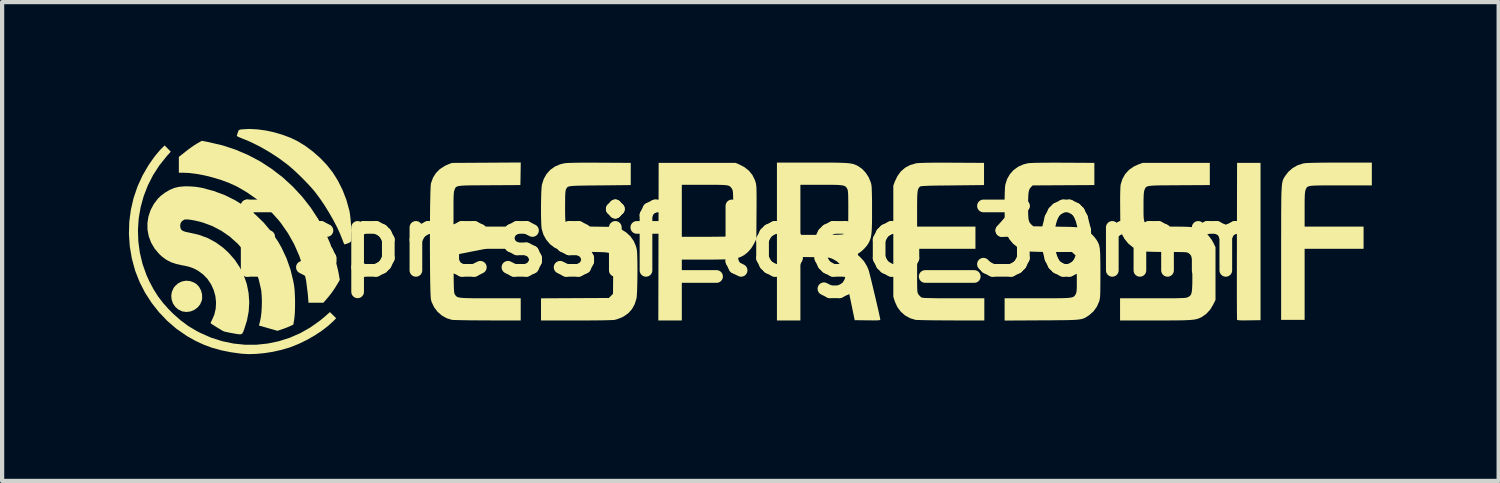
<source format=kicad_pcb>
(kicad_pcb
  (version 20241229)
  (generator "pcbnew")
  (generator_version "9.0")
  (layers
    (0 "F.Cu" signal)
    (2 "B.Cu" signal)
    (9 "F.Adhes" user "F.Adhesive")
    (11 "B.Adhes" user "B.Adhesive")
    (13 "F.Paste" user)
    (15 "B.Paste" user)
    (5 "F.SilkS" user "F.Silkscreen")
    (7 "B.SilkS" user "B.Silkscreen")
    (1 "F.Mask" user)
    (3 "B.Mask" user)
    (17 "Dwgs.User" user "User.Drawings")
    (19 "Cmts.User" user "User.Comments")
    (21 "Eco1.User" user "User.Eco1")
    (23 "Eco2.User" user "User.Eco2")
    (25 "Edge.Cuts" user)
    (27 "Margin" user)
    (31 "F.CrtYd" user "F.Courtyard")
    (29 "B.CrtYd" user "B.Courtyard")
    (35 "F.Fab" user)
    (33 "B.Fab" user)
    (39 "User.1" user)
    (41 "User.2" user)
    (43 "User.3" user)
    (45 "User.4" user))
  (footprint "Espressif_logo_30mm"
    (layer "F.Cu")
    (at 14.699 2.656)
    (property "Reference" "Espressif_logo_30mm" (at 0 0 0) (layer "F.SilkS") (effects (font (size 1.524 1.524) (thickness 0.3))))
    (attr board_only exclude_from_pos_files)
    (fp_poly (pts (xy 12.07 1.868) (xy 11.796 1.872) (xy 11.693 1.873) (xy 11.617 1.873) (xy 11.565 1.87) (xy 11.532 1.866) (xy 11.517 1.86) (xy 11.514 1.857) (xy 11.513 1.84) (xy 11.513 1.794) (xy 11.512 1.723) (xy 11.511 1.627) (xy 11.511 1.508) (xy 11.51 1.368) (xy 11.51 1.21) (xy 11.51 1.034) (xy 11.51 0.843) (xy 11.51 0.638) (xy 11.51 0.422) (xy 11.511 0.196) (xy 11.511 -0.008) (xy 11.515 -1.853) (xy 12.07 -1.853)) (stroke (width 0) (type solid)) (fill yes) (layer "F.SilkS"))
    (fp_poly (pts (xy -13.251 0.943) (xy -13.156 0.979) (xy -13.103 1.013) (xy -13.039 1.08) (xy -12.994 1.164) (xy -12.969 1.258) (xy -12.967 1.355) (xy -12.976 1.406) (xy -13.015 1.495) (xy -13.076 1.569) (xy -13.154 1.626) (xy -13.243 1.662) (xy -13.338 1.674) (xy -13.435 1.661) (xy -13.443 1.658) (xy -13.533 1.615) (xy -13.604 1.551) (xy -13.657 1.473) (xy -13.688 1.385) (xy -13.698 1.291) (xy -13.683 1.198) (xy -13.644 1.109) (xy -13.611 1.065) (xy -13.534 0.995) (xy -13.445 0.952) (xy -13.349 0.934)) (stroke (width 0) (type solid)) (fill yes) (layer "F.SilkS"))
    (fp_poly (pts (xy -12.805 -2.342) (xy -12.484 -2.267) (xy -12.172 -2.164) (xy -11.873 -2.036) (xy -11.586 -1.883) (xy -11.315 -1.706) (xy -11.059 -1.509) (xy -10.821 -1.29) (xy -10.601 -1.053) (xy -10.402 -0.799) (xy -10.224 -0.528) (xy -10.068 -0.242) (xy -9.937 0.058) (xy -9.831 0.369) (xy -9.752 0.691) (xy -9.738 0.761) (xy -9.711 0.915) (xy -9.766 1.01) (xy -9.838 1.126) (xy -9.908 1.227) (xy -9.988 1.327) (xy -10.01 1.353) (xy -10.098 1.455) (xy -10.451 1.455) (xy -10.469 1.234) (xy -10.508 0.929) (xy -10.575 0.632) (xy -10.67 0.345) (xy -10.791 0.07) (xy -10.938 -0.191) (xy -11.11 -0.437) (xy -11.16 -0.499) (xy -11.319 -0.676) (xy -11.5 -0.848) (xy -11.697 -1.009) (xy -11.903 -1.153) (xy -12.11 -1.275) (xy -12.16 -1.301) (xy -12.327 -1.377) (xy -12.511 -1.446) (xy -12.705 -1.505) (xy -12.902 -1.555) (xy -13.094 -1.591) (xy -13.276 -1.614) (xy -13.421 -1.62) (xy -13.518 -1.62) (xy -13.518 -1.994) (xy -13.362 -2.118) (xy -13.291 -2.173) (xy -13.215 -2.228) (xy -13.144 -2.276) (xy -13.091 -2.309) (xy -12.976 -2.375)) (stroke (width 0) (type solid)) (fill yes) (layer "F.SilkS"))
    (fp_poly (pts (xy 14.703 -1.32) (xy 13.967 -1.32) (xy 13.793 -1.32) (xy 13.647 -1.32) (xy 13.526 -1.32) (xy 13.427 -1.318) (xy 13.348 -1.316) (xy 13.287 -1.312) (xy 13.241 -1.306) (xy 13.207 -1.298) (xy 13.183 -1.288) (xy 13.167 -1.275) (xy 13.155 -1.259) (xy 13.146 -1.239) (xy 13.137 -1.216) (xy 13.136 -1.214) (xy 13.129 -1.191) (xy 13.123 -1.16) (xy 13.119 -1.119) (xy 13.116 -1.062) (xy 13.114 -0.987) (xy 13.113 -0.89) (xy 13.113 -0.767) (xy 13.113 -0.75) (xy 13.113 -0.345) (xy 14.508 -0.345) (xy 14.508 0.18) (xy 13.113 0.18) (xy 13.113 1.86) (xy 12.557 1.86) (xy 12.557 0.288) (xy 12.557 0.029) (xy 12.558 -0.202) (xy 12.558 -0.407) (xy 12.558 -0.587) (xy 12.559 -0.744) (xy 12.56 -0.88) (xy 12.561 -0.997) (xy 12.563 -1.096) (xy 12.566 -1.179) (xy 12.57 -1.248) (xy 12.574 -1.306) (xy 12.579 -1.352) (xy 12.585 -1.39) (xy 12.592 -1.421) (xy 12.6 -1.447) (xy 12.61 -1.47) (xy 12.62 -1.49) (xy 12.633 -1.512) (xy 12.643 -1.529) (xy 12.724 -1.638) (xy 12.826 -1.728) (xy 12.944 -1.796) (xy 13.075 -1.838) (xy 13.113 -1.845) (xy 13.149 -1.848) (xy 13.212 -1.851) (xy 13.299 -1.854) (xy 13.408 -1.856) (xy 13.534 -1.858) (xy 13.676 -1.859) (xy 13.831 -1.86) (xy 13.956 -1.86) (xy 14.703 -1.86)) (stroke (width 0) (type solid)) (fill yes) (layer "F.SilkS"))
    (fp_poly (pts (xy -11.662 -2.646) (xy -11.462 -2.619) (xy -11.259 -2.575) (xy -11.06 -2.516) (xy -10.87 -2.444) (xy -10.707 -2.365) (xy -10.523 -2.252) (xy -10.342 -2.116) (xy -10.171 -1.965) (xy -10.016 -1.802) (xy -9.884 -1.635) (xy -9.883 -1.635) (xy -9.756 -1.433) (xy -9.645 -1.211) (xy -9.555 -0.978) (xy -9.489 -0.741) (xy -9.481 -0.709) (xy -9.471 -0.647) (xy -9.461 -0.567) (xy -9.452 -0.475) (xy -9.445 -0.377) (xy -9.44 -0.279) (xy -9.437 -0.187) (xy -9.436 -0.107) (xy -9.438 -0.046) (xy -9.442 -0.011) (xy -9.457 0.017) (xy -9.491 0.039) (xy -9.522 0.051) (xy -9.564 0.065) (xy -9.594 0.074) (xy -9.601 0.075) (xy -9.61 0.062) (xy -9.625 0.027) (xy -9.645 -0.024) (xy -9.654 -0.049) (xy -9.71 -0.189) (xy -9.783 -0.345) (xy -9.87 -0.51) (xy -9.967 -0.679) (xy -10.07 -0.846) (xy -10.177 -1.004) (xy -10.284 -1.148) (xy -10.301 -1.17) (xy -10.374 -1.256) (xy -10.465 -1.355) (xy -10.566 -1.46) (xy -10.673 -1.566) (xy -10.779 -1.666) (xy -10.878 -1.754) (xy -10.948 -1.812) (xy -11.154 -1.965) (xy -11.374 -2.108) (xy -11.6 -2.238) (xy -11.826 -2.35) (xy -12.043 -2.44) (xy -12.059 -2.446) (xy -12.114 -2.469) (xy -12.143 -2.488) (xy -12.147 -2.499) (xy -12.138 -2.524) (xy -12.125 -2.565) (xy -12.122 -2.577) (xy -12.109 -2.612) (xy -12.093 -2.631) (xy -12.064 -2.641) (xy -12.027 -2.646) (xy -11.852 -2.656)) (stroke (width 0) (type solid)) (fill yes) (layer "F.SilkS"))
    (fp_poly (pts (xy -13.709 -2.118) (xy -13.804 -2.012) (xy -13.979 -1.794) (xy -14.128 -1.563) (xy -14.252 -1.319) (xy -14.35 -1.066) (xy -14.422 -0.805) (xy -14.468 -0.538) (xy -14.486 -0.269) (xy -14.477 0.002) (xy -14.441 0.271) (xy -14.377 0.538) (xy -14.285 0.798) (xy -14.215 0.953) (xy -14.116 1.139) (xy -14.009 1.307) (xy -13.889 1.464) (xy -13.75 1.619) (xy -13.65 1.718) (xy -13.474 1.874) (xy -13.294 2.007) (xy -13.1 2.123) (xy -13.015 2.167) (xy -12.757 2.281) (xy -12.493 2.365) (xy -12.225 2.421) (xy -11.955 2.449) (xy -11.685 2.449) (xy -11.417 2.421) (xy -11.153 2.366) (xy -10.895 2.284) (xy -10.645 2.175) (xy -10.406 2.039) (xy -10.178 1.877) (xy -10.077 1.793) (xy -9.944 1.677) (xy -9.797 1.822) (xy -9.853 1.88) (xy -9.984 2.001) (xy -10.139 2.12) (xy -10.312 2.234) (xy -10.497 2.339) (xy -10.688 2.431) (xy -10.879 2.507) (xy -10.915 2.519) (xy -11.102 2.573) (xy -11.298 2.617) (xy -11.498 2.648) (xy -11.693 2.666) (xy -11.877 2.671) (xy -12.04 2.661) (xy -12.29 2.626) (xy -12.518 2.58) (xy -12.728 2.522) (xy -12.926 2.449) (xy -13.119 2.36) (xy -13.31 2.253) (xy -13.344 2.232) (xy -13.575 2.072) (xy -13.789 1.888) (xy -13.985 1.683) (xy -14.162 1.459) (xy -14.316 1.22) (xy -14.445 0.969) (xy -14.548 0.708) (xy -14.552 0.696) (xy -14.63 0.41) (xy -14.679 0.122) (xy -14.699 -0.167) (xy -14.691 -0.455) (xy -14.654 -0.739) (xy -14.59 -1.018) (xy -14.498 -1.289) (xy -14.379 -1.552) (xy -14.232 -1.804) (xy -14.111 -1.977) (xy -14.06 -2.042) (xy -14.006 -2.107) (xy -13.958 -2.162) (xy -13.927 -2.194) (xy -13.854 -2.265)) (stroke (width 0) (type solid)) (fill yes) (layer "F.SilkS"))
    (fp_poly (pts (xy -0.268 -1.819) (xy -0.139 -1.752) (xy -0.032 -1.667) (xy 0.051 -1.564) (xy 0.11 -1.443) (xy 0.121 -1.411) (xy 0.128 -1.385) (xy 0.134 -1.359) (xy 0.139 -1.33) (xy 0.143 -1.295) (xy 0.146 -1.25) (xy 0.147 -1.192) (xy 0.148 -1.119) (xy 0.149 -1.027) (xy 0.148 -0.913) (xy 0.148 -0.774) (xy 0.147 -0.681) (xy 0.143 -0.051) (xy 0.086 0.063) (xy 0.022 0.168) (xy -0.058 0.259) (xy -0.148 0.331) (xy -0.233 0.374) (xy -0.276 0.389) (xy -0.322 0.401) (xy -0.372 0.411) (xy -0.432 0.419) (xy -0.503 0.425) (xy -0.589 0.429) (xy -0.693 0.432) (xy -0.819 0.434) (xy -0.97 0.435) (xy -1.069 0.435) (xy -1.62 0.435) (xy -1.62 1.875) (xy -2.176 1.875) (xy -2.172 0.011) (xy -2.169 -1.335) (xy -1.62 -1.335) (xy -1.62 -0.105) (xy -1.069 -0.105) (xy -0.923 -0.105) (xy -0.805 -0.106) (xy -0.711 -0.107) (xy -0.637 -0.108) (xy -0.582 -0.11) (xy -0.542 -0.113) (xy -0.514 -0.117) (xy -0.496 -0.122) (xy -0.483 -0.129) (xy -0.482 -0.129) (xy -0.462 -0.145) (xy -0.445 -0.164) (xy -0.432 -0.188) (xy -0.423 -0.221) (xy -0.416 -0.266) (xy -0.411 -0.326) (xy -0.408 -0.405) (xy -0.406 -0.505) (xy -0.405 -0.63) (xy -0.405 -0.725) (xy -0.405 -0.856) (xy -0.405 -0.961) (xy -0.406 -1.042) (xy -0.408 -1.104) (xy -0.41 -1.15) (xy -0.414 -1.182) (xy -0.419 -1.206) (xy -0.425 -1.223) (xy -0.433 -1.238) (xy -0.439 -1.247) (xy -0.455 -1.269) (xy -0.47 -1.287) (xy -0.489 -1.301) (xy -0.513 -1.313) (xy -0.547 -1.321) (xy -0.592 -1.327) (xy -0.653 -1.331) (xy -0.733 -1.333) (xy -0.833 -1.335) (xy -0.959 -1.335) (xy -1.084 -1.335) (xy -1.62 -1.335) (xy -2.169 -1.335) (xy -2.168 -1.853) (xy -0.353 -1.853)) (stroke (width 0) (type solid)) (fill yes) (layer "F.SilkS"))
    (fp_poly (pts (xy 4.786 -1.857) (xy 4.786 -1.857) (xy 5.529 -1.853) (xy 5.529 -1.328) (xy 4.784 -1.32) (xy 4.612 -1.318) (xy 4.468 -1.317) (xy 4.348 -1.315) (xy 4.252 -1.313) (xy 4.176 -1.31) (xy 4.117 -1.307) (xy 4.074 -1.304) (xy 4.044 -1.301) (xy 4.025 -1.296) (xy 4.014 -1.291) (xy 4.013 -1.29) (xy 3.994 -1.272) (xy 3.979 -1.251) (xy 3.968 -1.223) (xy 3.959 -1.184) (xy 3.953 -1.132) (xy 3.949 -1.062) (xy 3.947 -0.972) (xy 3.946 -0.858) (xy 3.946 -0.758) (xy 3.946 -0.345) (xy 5.326 -0.345) (xy 5.326 0.18) (xy 3.946 0.18) (xy 3.946 0.695) (xy 3.946 0.833) (xy 3.946 0.944) (xy 3.947 1.032) (xy 3.948 1.099) (xy 3.95 1.15) (xy 3.953 1.187) (xy 3.957 1.213) (xy 3.963 1.231) (xy 3.97 1.246) (xy 3.979 1.26) (xy 3.98 1.262) (xy 4.012 1.3) (xy 4.046 1.328) (xy 4.051 1.331) (xy 4.068 1.336) (xy 4.099 1.34) (xy 4.148 1.343) (xy 4.215 1.345) (xy 4.303 1.347) (xy 4.413 1.349) (xy 4.549 1.349) (xy 4.712 1.35) (xy 4.812 1.35) (xy 5.536 1.35) (xy 5.536 1.875) (xy 4.752 1.874) (xy 4.599 1.873) (xy 4.454 1.872) (xy 4.319 1.871) (xy 4.198 1.869) (xy 4.093 1.867) (xy 4.009 1.865) (xy 3.947 1.863) (xy 3.91 1.86) (xy 3.905 1.86) (xy 3.774 1.819) (xy 3.657 1.753) (xy 3.558 1.665) (xy 3.478 1.557) (xy 3.421 1.432) (xy 3.417 1.42) (xy 3.383 1.313) (xy 3.383 -1.313) (xy 3.417 -1.408) (xy 3.48 -1.54) (xy 3.561 -1.651) (xy 3.662 -1.738) (xy 3.781 -1.802) (xy 3.916 -1.841) (xy 3.939 -1.845) (xy 3.982 -1.849) (xy 4.054 -1.852) (xy 4.152 -1.855) (xy 4.276 -1.857) (xy 4.424 -1.858) (xy 4.594 -1.858)) (stroke (width 0) (type solid)) (fill yes) (layer "F.SilkS"))
    (fp_poly (pts (xy -5.434 -1.595) (xy -5.439 -1.328) (xy -6.171 -1.324) (xy -6.344 -1.323) (xy -6.49 -1.322) (xy -6.611 -1.321) (xy -6.709 -1.319) (xy -6.787 -1.316) (xy -6.848 -1.311) (xy -6.894 -1.305) (xy -6.928 -1.297) (xy -6.951 -1.287) (xy -6.968 -1.274) (xy -6.979 -1.258) (xy -6.988 -1.238) (xy -6.997 -1.215) (xy -6.998 -1.214) (xy -7.005 -1.191) (xy -7.011 -1.16) (xy -7.015 -1.119) (xy -7.018 -1.062) (xy -7.02 -0.987) (xy -7.021 -0.89) (xy -7.021 -0.767) (xy -7.021 -0.75) (xy -7.021 -0.345) (xy -5.626 -0.345) (xy -5.626 0.18) (xy -7.023 0.18) (xy -7.018 0.701) (xy -7.017 0.841) (xy -7.016 0.954) (xy -7.014 1.043) (xy -7.012 1.111) (xy -7.009 1.163) (xy -7.006 1.2) (xy -7.002 1.226) (xy -6.996 1.245) (xy -6.989 1.259) (xy -6.985 1.266) (xy -6.971 1.285) (xy -6.958 1.3) (xy -6.941 1.313) (xy -6.918 1.324) (xy -6.887 1.332) (xy -6.844 1.338) (xy -6.789 1.343) (xy -6.717 1.346) (xy -6.626 1.348) (xy -6.515 1.35) (xy -6.379 1.35) (xy -6.217 1.35) (xy -6.144 1.35) (xy -5.431 1.35) (xy -5.431 1.875) (xy -6.215 1.874) (xy -6.368 1.873) (xy -6.513 1.872) (xy -6.648 1.871) (xy -6.77 1.869) (xy -6.874 1.867) (xy -6.96 1.865) (xy -7.022 1.863) (xy -7.058 1.86) (xy -7.064 1.859) (xy -7.188 1.82) (xy -7.301 1.755) (xy -7.399 1.668) (xy -7.479 1.563) (xy -7.537 1.442) (xy -7.553 1.387) (xy -7.558 1.355) (xy -7.562 1.295) (xy -7.566 1.211) (xy -7.569 1.104) (xy -7.572 0.98) (xy -7.574 0.838) (xy -7.576 0.684) (xy -7.577 0.518) (xy -7.578 0.345) (xy -7.579 0.167) (xy -7.579 -0.014) (xy -7.579 -0.195) (xy -7.578 -0.372) (xy -7.577 -0.544) (xy -7.576 -0.707) (xy -7.574 -0.858) (xy -7.571 -0.995) (xy -7.569 -1.116) (xy -7.565 -1.217) (xy -7.562 -1.295) (xy -7.557 -1.348) (xy -7.554 -1.37) (xy -7.506 -1.502) (xy -7.436 -1.613) (xy -7.344 -1.706) (xy -7.227 -1.781) (xy -7.149 -1.817) (xy -7.059 -1.852) (xy -6.245 -1.857) (xy -5.43 -1.862)) (stroke (width 0) (type solid)) (fill yes) (layer "F.SilkS"))
    (fp_poly (pts (xy 1.459 -1.86) (xy 1.651 -1.86) (xy 1.815 -1.86) (xy 1.955 -1.859) (xy 2.072 -1.857) (xy 2.169 -1.854) (xy 2.25 -1.851) (xy 2.316 -1.846) (xy 2.37 -1.839) (xy 2.414 -1.831) (xy 2.452 -1.821) (xy 2.485 -1.808) (xy 2.517 -1.794) (xy 2.55 -1.777) (xy 2.554 -1.774) (xy 2.648 -1.708) (xy 2.732 -1.618) (xy 2.8 -1.512) (xy 2.849 -1.395) (xy 2.864 -1.338) (xy 2.869 -1.298) (xy 2.873 -1.231) (xy 2.876 -1.137) (xy 2.879 -1.02) (xy 2.88 -0.881) (xy 2.88 -0.738) (xy 2.88 -0.581) (xy 2.879 -0.45) (xy 2.876 -0.343) (xy 2.872 -0.255) (xy 2.866 -0.184) (xy 2.858 -0.126) (xy 2.848 -0.077) (xy 2.834 -0.034) (xy 2.817 0.005) (xy 2.805 0.032) (xy 2.76 0.102) (xy 2.698 0.174) (xy 2.629 0.238) (xy 2.586 0.27) (xy 2.524 0.309) (xy 2.603 0.38) (xy 2.69 0.475) (xy 2.761 0.592) (xy 2.796 0.675) (xy 2.805 0.703) (xy 2.818 0.755) (xy 2.837 0.827) (xy 2.859 0.916) (xy 2.884 1.018) (xy 2.91 1.128) (xy 2.937 1.242) (xy 2.965 1.358) (xy 2.991 1.47) (xy 3.015 1.575) (xy 3.037 1.669) (xy 3.054 1.748) (xy 3.067 1.808) (xy 3.074 1.845) (xy 3.076 1.855) (xy 3.071 1.862) (xy 3.056 1.867) (xy 3.026 1.871) (xy 2.978 1.873) (xy 2.908 1.873) (xy 2.813 1.872) (xy 2.773 1.872) (xy 2.47 1.868) (xy 2.354 1.31) (xy 2.319 1.145) (xy 2.288 1.001) (xy 2.26 0.88) (xy 2.236 0.784) (xy 2.217 0.714) (xy 2.202 0.672) (xy 2.201 0.67) (xy 2.139 0.566) (xy 2.058 0.484) (xy 1.962 0.426) (xy 1.931 0.412) (xy 1.904 0.401) (xy 1.875 0.394) (xy 1.841 0.388) (xy 1.796 0.384) (xy 1.737 0.382) (xy 1.657 0.38) (xy 1.554 0.378) (xy 1.527 0.378) (xy 1.185 0.373) (xy 1.185 1.875) (xy 0.63 1.875) (xy 0.63 -0.15) (xy 1.185 -0.15) (xy 1.681 -0.15) (xy 1.821 -0.15) (xy 1.933 -0.151) (xy 2.022 -0.152) (xy 2.091 -0.154) (xy 2.142 -0.157) (xy 2.178 -0.161) (xy 2.203 -0.166) (xy 2.22 -0.172) (xy 2.221 -0.173) (xy 2.247 -0.187) (xy 2.268 -0.204) (xy 2.284 -0.225) (xy 2.296 -0.254) (xy 2.305 -0.295) (xy 2.311 -0.351) (xy 2.315 -0.424) (xy 2.317 -0.519) (xy 2.318 -0.638) (xy 2.318 -0.743) (xy 2.318 -0.872) (xy 2.317 -0.976) (xy 2.316 -1.056) (xy 2.314 -1.117) (xy 2.311 -1.161) (xy 2.307 -1.194) (xy 2.302 -1.217) (xy 2.295 -1.235) (xy 2.291 -1.243) (xy 2.277 -1.266) (xy 2.261 -1.286) (xy 2.24 -1.301) (xy 2.211 -1.313) (xy 2.171 -1.322) (xy 2.117 -1.328) (xy 2.046 -1.332) (xy 1.955 -1.334) (xy 1.84 -1.335) (xy 1.699 -1.335) (xy 1.673 -1.335) (xy 1.185 -1.335) (xy 1.185 -0.15) (xy 0.63 -0.15) (xy 0.63 -1.86)) (stroke (width 0) (type solid)) (fill yes) (layer "F.SilkS"))
    (fp_poly (pts (xy 10.87 -1.328) (xy 10.145 -1.324) (xy 9.973 -1.323) (xy 9.828 -1.322) (xy 9.708 -1.321) (xy 9.61 -1.319) (xy 9.533 -1.316) (xy 9.472 -1.311) (xy 9.427 -1.305) (xy 9.394 -1.297) (xy 9.371 -1.286) (xy 9.355 -1.273) (xy 9.344 -1.257) (xy 9.335 -1.237) (xy 9.326 -1.214) (xy 9.317 -1.188) (xy 9.311 -1.153) (xy 9.307 -1.105) (xy 9.304 -1.041) (xy 9.302 -0.955) (xy 9.302 -0.845) (xy 9.302 -0.828) (xy 9.302 -0.712) (xy 9.303 -0.615) (xy 9.307 -0.537) (xy 9.319 -0.476) (xy 9.339 -0.429) (xy 9.371 -0.395) (xy 9.417 -0.372) (xy 9.481 -0.357) (xy 9.564 -0.349) (xy 9.669 -0.345) (xy 9.8 -0.345) (xy 9.947 -0.345) (xy 10.098 -0.345) (xy 10.222 -0.344) (xy 10.323 -0.341) (xy 10.405 -0.337) (xy 10.471 -0.33) (xy 10.526 -0.321) (xy 10.573 -0.309) (xy 10.615 -0.294) (xy 10.656 -0.275) (xy 10.685 -0.26) (xy 10.766 -0.203) (xy 10.846 -0.124) (xy 10.914 -0.034) (xy 10.957 0.041) (xy 11.005 0.143) (xy 11.005 1.388) (xy 10.95 1.5) (xy 10.879 1.618) (xy 10.789 1.716) (xy 10.684 1.791) (xy 10.682 1.792) (xy 10.649 1.809) (xy 10.617 1.823) (xy 10.584 1.835) (xy 10.545 1.845) (xy 10.499 1.854) (xy 10.444 1.86) (xy 10.376 1.865) (xy 10.294 1.869) (xy 10.194 1.872) (xy 10.074 1.873) (xy 9.932 1.874) (xy 9.765 1.875) (xy 9.576 1.875) (xy 8.747 1.875) (xy 8.747 1.35) (xy 9.523 1.35) (xy 9.697 1.35) (xy 9.843 1.35) (xy 9.965 1.349) (xy 10.064 1.349) (xy 10.144 1.347) (xy 10.206 1.345) (xy 10.253 1.343) (xy 10.289 1.34) (xy 10.315 1.336) (xy 10.334 1.331) (xy 10.348 1.326) (xy 10.352 1.324) (xy 10.381 1.308) (xy 10.405 1.289) (xy 10.423 1.265) (xy 10.436 1.232) (xy 10.445 1.187) (xy 10.451 1.125) (xy 10.455 1.044) (xy 10.457 0.94) (xy 10.457 0.81) (xy 10.457 0.798) (xy 10.457 0.67) (xy 10.456 0.569) (xy 10.453 0.49) (xy 10.449 0.43) (xy 10.441 0.386) (xy 10.431 0.353) (xy 10.416 0.328) (xy 10.397 0.307) (xy 10.373 0.287) (xy 10.373 0.286) (xy 10.361 0.278) (xy 10.346 0.271) (xy 10.327 0.265) (xy 10.299 0.261) (xy 10.258 0.259) (xy 10.203 0.257) (xy 10.128 0.256) (xy 10.031 0.255) (xy 9.909 0.255) (xy 9.866 0.255) (xy 9.745 0.254) (xy 9.63 0.253) (xy 9.524 0.251) (xy 9.433 0.248) (xy 9.36 0.245) (xy 9.312 0.241) (xy 9.302 0.24) (xy 9.168 0.204) (xy 9.047 0.142) (xy 8.942 0.056) (xy 8.854 -0.052) (xy 8.808 -0.134) (xy 8.754 -0.248) (xy 8.75 -0.755) (xy 8.749 -0.915) (xy 8.749 -1.052) (xy 8.751 -1.166) (xy 8.754 -1.254) (xy 8.758 -1.315) (xy 8.761 -1.34) (xy 8.803 -1.473) (xy 8.869 -1.59) (xy 8.959 -1.688) (xy 9.072 -1.767) (xy 9.182 -1.817) (xy 9.279 -1.853) (xy 10.87 -1.853)) (stroke (width 0) (type solid)) (fill yes) (layer "F.SilkS"))
    (fp_poly (pts (xy -13.251 -1.297) (xy -13.105 -1.285) (xy -12.975 -1.263) (xy -12.696 -1.189) (xy -12.428 -1.089) (xy -12.175 -0.962) (xy -11.937 -0.812) (xy -11.716 -0.638) (xy -11.513 -0.442) (xy -11.33 -0.225) (xy -11.169 0.011) (xy -11.089 0.152) (xy -10.971 0.405) (xy -10.877 0.672) (xy -10.809 0.955) (xy -10.793 1.043) (xy -10.782 1.13) (xy -10.775 1.239) (xy -10.77 1.36) (xy -10.769 1.487) (xy -10.771 1.612) (xy -10.776 1.725) (xy -10.785 1.82) (xy -10.79 1.853) (xy -10.81 1.973) (xy -10.877 2.005) (xy -10.925 2.026) (xy -10.988 2.051) (xy -11.055 2.076) (xy -11.065 2.079) (xy -11.185 2.12) (xy -11.327 2.079) (xy -11.399 2.059) (xy -11.47 2.038) (xy -11.528 2.022) (xy -11.546 2.016) (xy -11.623 1.995) (xy -11.594 1.879) (xy -11.577 1.788) (xy -11.564 1.676) (xy -11.557 1.552) (xy -11.554 1.423) (xy -11.558 1.3) (xy -11.566 1.191) (xy -11.574 1.14) (xy -11.63 0.897) (xy -11.713 0.668) (xy -11.822 0.452) (xy -11.957 0.252) (xy -12.118 0.068) (xy -12.131 0.054) (xy -12.315 -0.11) (xy -12.513 -0.247) (xy -12.724 -0.357) (xy -12.948 -0.441) (xy -13.032 -0.464) (xy -13.131 -0.487) (xy -13.223 -0.504) (xy -13.301 -0.514) (xy -13.36 -0.515) (xy -13.39 -0.51) (xy -13.446 -0.474) (xy -13.479 -0.421) (xy -13.487 -0.368) (xy -13.481 -0.315) (xy -13.462 -0.275) (xy -13.425 -0.245) (xy -13.366 -0.223) (xy -13.282 -0.205) (xy -13.267 -0.202) (xy -13.046 -0.152) (xy -12.839 -0.076) (xy -12.646 0.027) (xy -12.467 0.157) (xy -12.346 0.268) (xy -12.198 0.436) (xy -12.076 0.619) (xy -11.98 0.813) (xy -11.91 1.016) (xy -11.868 1.227) (xy -11.853 1.443) (xy -11.866 1.662) (xy -11.908 1.881) (xy -11.973 2.085) (xy -11.992 2.135) (xy -12.008 2.169) (xy -12.026 2.191) (xy -12.052 2.201) (xy -12.09 2.202) (xy -12.146 2.195) (xy -12.224 2.181) (xy -12.258 2.175) (xy -12.327 2.162) (xy -12.39 2.149) (xy -12.437 2.138) (xy -12.455 2.132) (xy -12.48 2.12) (xy -12.523 2.095) (xy -12.576 2.063) (xy -12.634 2.028) (xy -12.689 1.993) (xy -12.734 1.964) (xy -12.762 1.944) (xy -12.766 1.941) (xy -12.764 1.926) (xy -12.75 1.894) (xy -12.741 1.879) (xy -12.68 1.74) (xy -12.646 1.595) (xy -12.638 1.446) (xy -12.654 1.298) (xy -12.694 1.155) (xy -12.756 1.019) (xy -12.839 0.895) (xy -12.943 0.787) (xy -13.065 0.697) (xy -13.132 0.661) (xy -13.207 0.628) (xy -13.283 0.603) (xy -13.371 0.582) (xy -13.435 0.571) (xy -13.582 0.539) (xy -13.706 0.496) (xy -13.815 0.439) (xy -13.916 0.365) (xy -13.984 0.301) (xy -14.092 0.173) (xy -14.174 0.034) (xy -14.23 -0.115) (xy -14.259 -0.269) (xy -14.262 -0.425) (xy -14.238 -0.581) (xy -14.188 -0.734) (xy -14.111 -0.879) (xy -14.016 -1.005) (xy -13.939 -1.079) (xy -13.842 -1.151) (xy -13.736 -1.213) (xy -13.632 -1.258) (xy -13.622 -1.261) (xy -13.516 -1.286) (xy -13.39 -1.298)) (stroke (width 0) (type solid)) (fill yes) (layer "F.SilkS"))
    (fp_poly (pts (xy -3.556 -1.857) (xy -2.828 -1.853) (xy -2.828 -1.328) (xy -3.557 -1.32) (xy -3.727 -1.319) (xy -3.87 -1.317) (xy -3.988 -1.315) (xy -4.083 -1.313) (xy -4.159 -1.31) (xy -4.218 -1.306) (xy -4.262 -1.301) (xy -4.293 -1.294) (xy -4.316 -1.285) (xy -4.331 -1.274) (xy -4.342 -1.26) (xy -4.351 -1.244) (xy -4.359 -1.228) (xy -4.367 -1.208) (xy -4.372 -1.176) (xy -4.376 -1.129) (xy -4.379 -1.064) (xy -4.38 -0.977) (xy -4.381 -0.864) (xy -4.381 -0.828) (xy -4.381 -0.715) (xy -4.38 -0.627) (xy -4.379 -0.562) (xy -4.376 -0.515) (xy -4.373 -0.482) (xy -4.367 -0.46) (xy -4.36 -0.443) (xy -4.35 -0.43) (xy -4.35 -0.43) (xy -4.334 -0.41) (xy -4.318 -0.394) (xy -4.299 -0.381) (xy -4.274 -0.372) (xy -4.239 -0.364) (xy -4.192 -0.358) (xy -4.129 -0.354) (xy -4.048 -0.351) (xy -3.945 -0.349) (xy -3.818 -0.347) (xy -3.713 -0.345) (xy -3.173 -0.338) (xy -3.056 -0.282) (xy -2.937 -0.209) (xy -2.836 -0.116) (xy -2.758 -0.005) (xy -2.704 0.12) (xy -2.686 0.193) (xy -2.68 0.238) (xy -2.676 0.308) (xy -2.673 0.398) (xy -2.671 0.503) (xy -2.67 0.619) (xy -2.67 0.741) (xy -2.671 0.864) (xy -2.673 0.983) (xy -2.676 1.095) (xy -2.679 1.193) (xy -2.684 1.273) (xy -2.689 1.331) (xy -2.692 1.352) (xy -2.734 1.489) (xy -2.799 1.606) (xy -2.885 1.703) (xy -2.993 1.778) (xy -3.02 1.793) (xy -3.085 1.821) (xy -3.152 1.845) (xy -3.207 1.86) (xy -3.209 1.86) (xy -3.241 1.864) (xy -3.301 1.866) (xy -3.386 1.869) (xy -3.494 1.871) (xy -3.622 1.873) (xy -3.768 1.874) (xy -3.93 1.875) (xy -4.104 1.875) (xy -4.12 1.875) (xy -4.951 1.875) (xy -4.951 1.351) (xy -4.149 1.347) (xy -3.346 1.343) (xy -3.297 1.294) (xy -3.248 1.245) (xy -3.244 0.818) (xy -3.243 0.69) (xy -3.242 0.589) (xy -3.243 0.51) (xy -3.245 0.451) (xy -3.248 0.408) (xy -3.252 0.378) (xy -3.258 0.357) (xy -3.263 0.346) (xy -3.275 0.324) (xy -3.289 0.306) (xy -3.306 0.291) (xy -3.332 0.28) (xy -3.367 0.271) (xy -3.416 0.265) (xy -3.481 0.26) (xy -3.566 0.257) (xy -3.673 0.255) (xy -3.805 0.253) (xy -3.894 0.252) (xy -4.034 0.25) (xy -4.148 0.248) (xy -4.239 0.246) (xy -4.311 0.244) (xy -4.366 0.241) (xy -4.408 0.237) (xy -4.441 0.232) (xy -4.468 0.225) (xy -4.493 0.218) (xy -4.504 0.214) (xy -4.631 0.152) (xy -4.74 0.068) (xy -4.828 -0.036) (xy -4.894 -0.155) (xy -4.934 -0.288) (xy -4.935 -0.292) (xy -4.941 -0.341) (xy -4.945 -0.415) (xy -4.948 -0.508) (xy -4.951 -0.615) (xy -4.951 -0.731) (xy -4.951 -0.851) (xy -4.949 -0.969) (xy -4.947 -1.08) (xy -4.943 -1.179) (xy -4.938 -1.261) (xy -4.932 -1.32) (xy -4.929 -1.339) (xy -4.886 -1.473) (xy -4.82 -1.59) (xy -4.731 -1.689) (xy -4.623 -1.766) (xy -4.498 -1.82) (xy -4.388 -1.845) (xy -4.345 -1.849) (xy -4.274 -1.852) (xy -4.175 -1.855) (xy -4.052 -1.857) (xy -3.905 -1.858) (xy -3.736 -1.858)) (stroke (width 0) (type solid)) (fill yes) (layer "F.SilkS"))
    (fp_poly (pts (xy 7.383 -1.857) (xy 7.411 -1.857) (xy 8.139 -1.853) (xy 8.139 -1.328) (xy 7.41 -1.324) (xy 6.68 -1.32) (xy 6.641 -1.281) (xy 6.619 -1.255) (xy 6.602 -1.226) (xy 6.59 -1.187) (xy 6.581 -1.137) (xy 6.576 -1.07) (xy 6.573 -0.982) (xy 6.571 -0.869) (xy 6.571 -0.828) (xy 6.572 -0.713) (xy 6.574 -0.623) (xy 6.578 -0.554) (xy 6.586 -0.502) (xy 6.598 -0.464) (xy 6.614 -0.433) (xy 6.636 -0.406) (xy 6.653 -0.39) (xy 6.694 -0.353) (xy 7.236 -0.345) (xy 7.383 -0.342) (xy 7.502 -0.34) (xy 7.599 -0.338) (xy 7.676 -0.334) (xy 7.738 -0.33) (xy 7.787 -0.323) (xy 7.827 -0.315) (xy 7.861 -0.305) (xy 7.894 -0.291) (xy 7.928 -0.275) (xy 7.952 -0.262) (xy 8.008 -0.225) (xy 8.071 -0.171) (xy 8.132 -0.108) (xy 8.181 -0.045) (xy 8.19 -0.032) (xy 8.212 0.004) (xy 8.23 0.038) (xy 8.245 0.074) (xy 8.257 0.115) (xy 8.266 0.163) (xy 8.272 0.223) (xy 8.277 0.297) (xy 8.279 0.389) (xy 8.281 0.501) (xy 8.282 0.638) (xy 8.282 0.766) (xy 8.282 0.913) (xy 8.281 1.033) (xy 8.28 1.13) (xy 8.279 1.207) (xy 8.277 1.267) (xy 8.274 1.314) (xy 8.27 1.35) (xy 8.264 1.38) (xy 8.258 1.407) (xy 8.252 1.427) (xy 8.198 1.55) (xy 8.12 1.658) (xy 8.022 1.745) (xy 8.014 1.751) (xy 7.98 1.774) (xy 7.949 1.794) (xy 7.92 1.811) (xy 7.889 1.825) (xy 7.855 1.837) (xy 7.813 1.846) (xy 7.763 1.853) (xy 7.701 1.859) (xy 7.625 1.863) (xy 7.532 1.866) (xy 7.42 1.868) (xy 7.287 1.869) (xy 7.129 1.871) (xy 6.944 1.872) (xy 6.89 1.872) (xy 6.016 1.877) (xy 6.016 1.35) (xy 6.793 1.35) (xy 6.974 1.35) (xy 7.128 1.35) (xy 7.257 1.349) (xy 7.363 1.348) (xy 7.449 1.345) (xy 7.517 1.341) (xy 7.569 1.336) (xy 7.609 1.328) (xy 7.638 1.318) (xy 7.659 1.306) (xy 7.674 1.291) (xy 7.686 1.273) (xy 7.697 1.252) (xy 7.701 1.245) (xy 7.708 1.227) (xy 7.715 1.205) (xy 7.719 1.176) (xy 7.722 1.135) (xy 7.724 1.08) (xy 7.724 1.006) (xy 7.724 0.909) (xy 7.723 0.787) (xy 7.723 0.775) (xy 7.719 0.358) (xy 7.663 0.306) (xy 7.607 0.255) (xy 7.138 0.255) (xy 7.017 0.254) (xy 6.901 0.253) (xy 6.795 0.251) (xy 6.703 0.248) (xy 6.631 0.245) (xy 6.582 0.241) (xy 6.571 0.24) (xy 6.441 0.204) (xy 6.322 0.144) (xy 6.218 0.06) (xy 6.131 -0.042) (xy 6.066 -0.161) (xy 6.037 -0.245) (xy 6.031 -0.283) (xy 6.026 -0.347) (xy 6.022 -0.43) (xy 6.019 -0.53) (xy 6.017 -0.64) (xy 6.016 -0.757) (xy 6.016 -0.875) (xy 6.016 -0.99) (xy 6.018 -1.097) (xy 6.021 -1.191) (xy 6.025 -1.268) (xy 6.03 -1.322) (xy 6.033 -1.338) (xy 6.075 -1.471) (xy 6.142 -1.587) (xy 6.23 -1.685) (xy 6.338 -1.763) (xy 6.463 -1.818) (xy 6.579 -1.846) (xy 6.621 -1.849) (xy 6.69 -1.852) (xy 6.786 -1.855) (xy 6.905 -1.856) (xy 7.045 -1.857) (xy 7.205 -1.858)) (stroke (width 0) (type solid)) (fill yes) (layer "F.SilkS")))
  (gr_rect
    (start -3 -3)
    (end 32.402 8.327)
    (stroke (width 0.1) (type default))
    (fill no)
    (layer "Edge.Cuts")))
</source>
